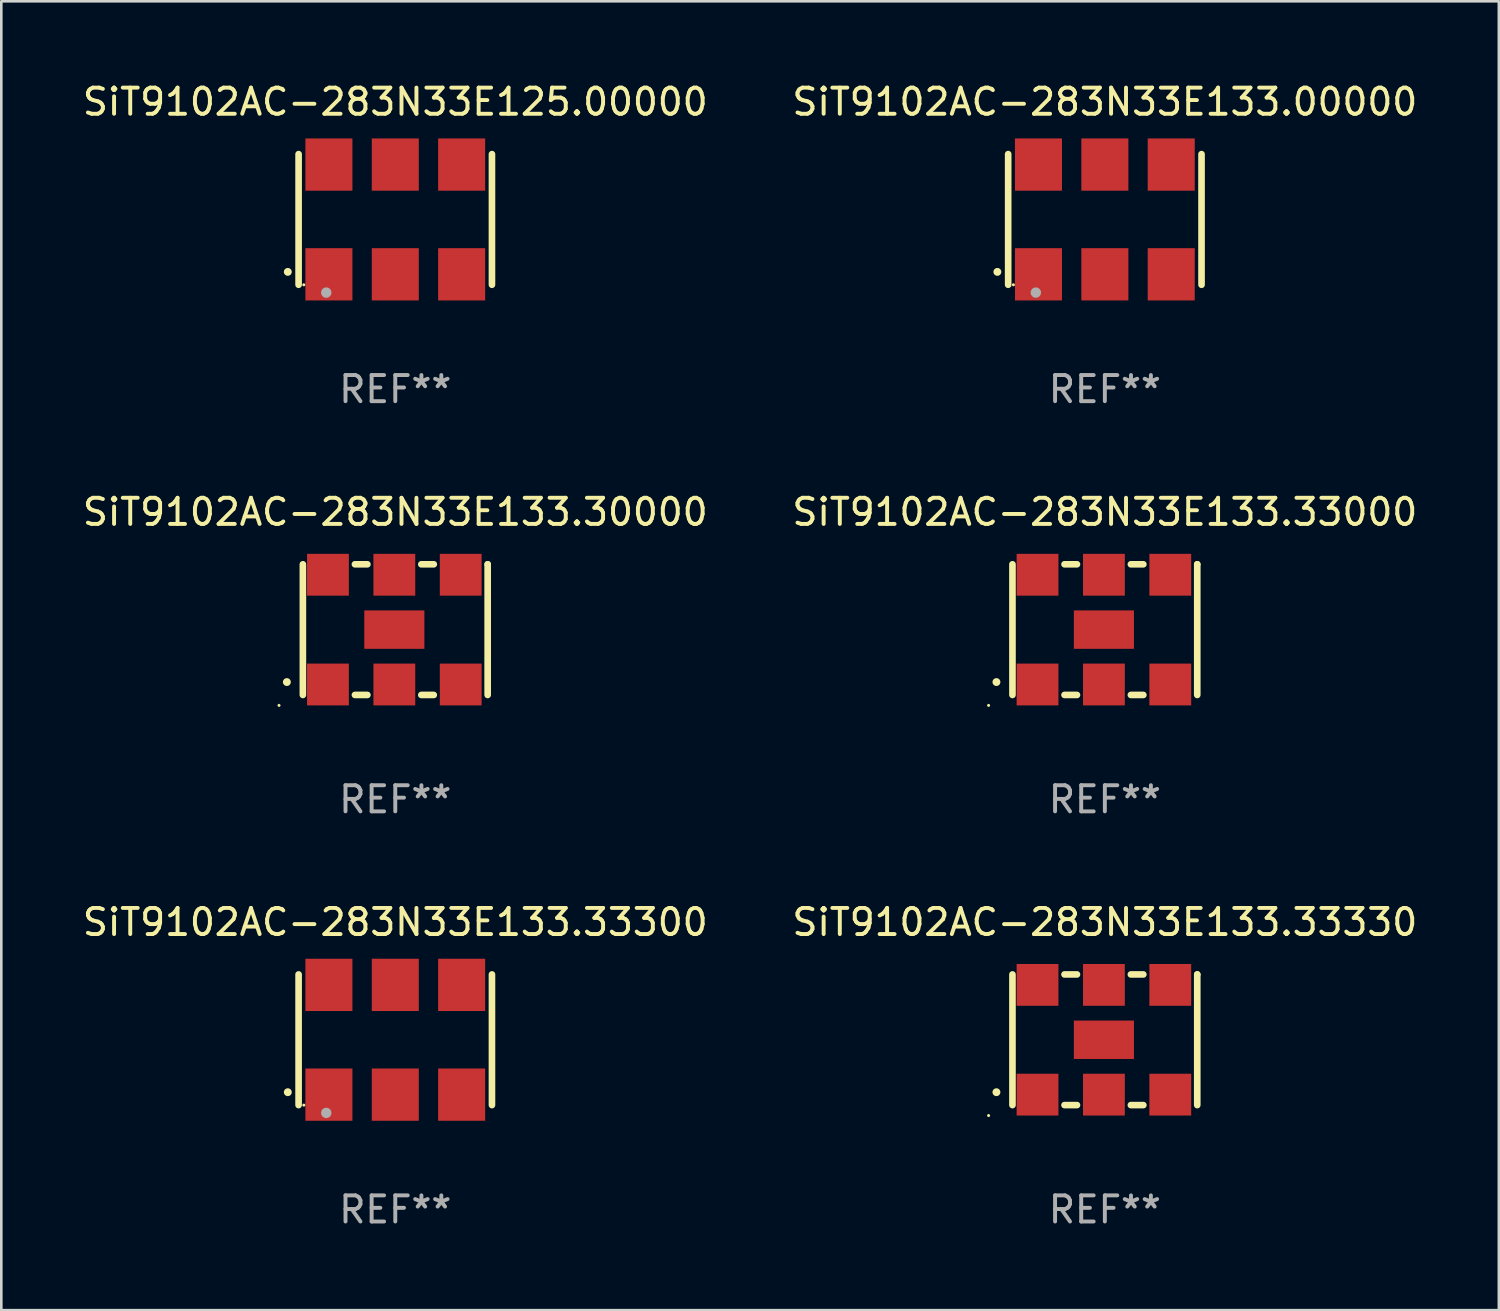
<source format=kicad_pcb>
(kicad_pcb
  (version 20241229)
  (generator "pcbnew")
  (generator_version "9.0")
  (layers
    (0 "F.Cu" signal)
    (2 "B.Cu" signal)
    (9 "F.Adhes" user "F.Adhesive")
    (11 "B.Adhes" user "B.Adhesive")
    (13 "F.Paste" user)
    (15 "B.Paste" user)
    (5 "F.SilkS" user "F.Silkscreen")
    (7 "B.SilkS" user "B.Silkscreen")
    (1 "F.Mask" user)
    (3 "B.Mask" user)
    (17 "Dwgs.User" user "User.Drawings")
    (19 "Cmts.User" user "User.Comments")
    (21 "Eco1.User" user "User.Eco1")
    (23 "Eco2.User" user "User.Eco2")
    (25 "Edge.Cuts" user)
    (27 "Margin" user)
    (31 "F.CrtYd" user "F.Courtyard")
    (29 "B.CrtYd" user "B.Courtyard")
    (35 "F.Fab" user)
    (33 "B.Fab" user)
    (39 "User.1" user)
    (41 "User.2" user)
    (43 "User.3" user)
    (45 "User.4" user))
  (footprint "SiT9102AC-283N33E133.33000"
    (layer "F.Cu")
    (at 39.232 21.045)
    (property "Reference" "SiT9102AC-283N33E133.33000" (at 0 -4.5 0) (layer "F.SilkS") (effects (font (size 1 1) (thickness 0.15))))
    (attr through_hole)
    (fp_line (start -3.536 -2.5) (end -3.536 2.5) (stroke (width 0.254) (type solid)) (layer "F.SilkS"))
    (fp_line (start -1.544 2.5) (end -1.067 2.5) (stroke (width 0.254) (type solid)) (layer "F.SilkS"))
    (fp_line (start -1.067 -2.5) (end -1.544 -2.5) (stroke (width 0.254) (type solid)) (layer "F.SilkS"))
    (fp_line (start 0.996 2.5) (end 1.473 2.5) (stroke (width 0.254) (type solid)) (layer "F.SilkS"))
    (fp_line (start 1.473 -2.5) (end 0.996 -2.5) (stroke (width 0.254) (type solid)) (layer "F.SilkS"))
    (fp_line (start 3.536 -2.5) (end 3.536 -2.5) (stroke (width 0.254) (type solid)) (layer "F.SilkS"))
    (fp_line (start 3.536 2.5) (end 3.536 -2.5) (stroke (width 0.254) (type solid)) (layer "F.SilkS"))
    (fp_arc (start -4.150432 2.006604) (mid -4.149162 2.006599) (end -4.147892 2.006604) (stroke (width 0.3) (type solid)) (layer "F.SilkS"))
    (fp_circle (center -4.449 2.9) (end -4.419 2.9) (stroke (width 0.06) (type solid)) (fill no) (layer "F.SilkS"))
    (fp_text user "REF**" (at 0 6.5 0) (layer "F.Fab") (effects (font (size 1 1) (thickness 0.15))))
    (pad "1" smd rect (at -2.576 2.1) (size 1.6 1.6) (layers "F.Cu" "F.Mask" "F.Paste"))
    (pad "2" smd rect (at -0.036 2.1) (size 1.6 1.6) (layers "F.Cu" "F.Mask" "F.Paste"))
    (pad "3" smd rect (at 2.504 2.1) (size 1.6 1.6) (layers "F.Cu" "F.Mask" "F.Paste"))
    (pad "4" smd rect (at 2.504 -2.1) (size 1.6 1.6) (layers "F.Cu" "F.Mask" "F.Paste"))
    (pad "5" smd rect (at -0.036 -2.1) (size 1.6 1.6) (layers "F.Cu" "F.Mask" "F.Paste"))
    (pad "6" smd rect (at -2.576 -2.1) (size 1.6 1.6) (layers "F.Cu" "F.Mask" "F.Paste"))
    (pad "7" smd rect (at -0.036 0) (size 2.3 1.47) (layers "F.Cu" "F.Mask" "F.Paste")))
  (footprint "SiT9102AC-283N33E125.00000"
    (layer "F.Cu")
    (at 12.077 5.348)
    (property "Reference" "SiT9102AC-283N33E125.00000" (at 0 -4.5 0) (layer "F.SilkS") (effects (font (size 1 1) (thickness 0.15))))
    (attr through_hole)
    (fp_line (start -3.7 -2.5) (end -3.7 2.5) (stroke (width 0.254) (type solid)) (layer "F.SilkS"))
    (fp_line (start 3.7 -2.5) (end 3.7 2.5) (stroke (width 0.254) (type solid)) (layer "F.SilkS"))
    (fp_arc (start -4.114415 2.006604) (mid -4.113145 2.006599) (end -4.111875 2.006604) (stroke (width 0.3) (type solid)) (layer "F.SilkS"))
    (fp_circle (center -3.5 2.501) (end -3.47 2.501) (stroke (width 0.06) (type solid)) (fill no) (layer "F.SilkS"))
    (fp_circle (center -2.641 2.799) (end -2.541 2.799) (stroke (width 0.2) (type solid)) (fill no) (layer "F.Fab"))
    (fp_text user "REF**" (at 0 6.5 0) (layer "F.Fab") (effects (font (size 1 1) (thickness 0.15))))
    (pad "1" smd rect (at -2.54 2.1) (size 1.8 2) (layers "F.Cu" "F.Mask" "F.Paste"))
    (pad "2" smd rect (at 0.000394 2.1) (size 1.8 2) (layers "F.Cu" "F.Mask" "F.Paste"))
    (pad "3" smd rect (at 2.54 2.1) (size 1.8 2) (layers "F.Cu" "F.Mask" "F.Paste"))
    (pad "4" smd rect (at 2.54 -2.1) (size 1.8 2) (layers "F.Cu" "F.Mask" "F.Paste"))
    (pad "5" smd rect (at 0.000394 -2.1) (size 1.8 2) (layers "F.Cu" "F.Mask" "F.Paste"))
    (pad "6" smd rect (at -2.54 -2.1) (size 1.8 2) (layers "F.Cu" "F.Mask" "F.Paste")))
  (footprint "SiT9102AC-283N33E133.00000"
    (layer "F.Cu")
    (at 39.232 5.348)
    (property "Reference" "SiT9102AC-283N33E133.00000" (at 0 -4.5 0) (layer "F.SilkS") (effects (font (size 1 1) (thickness 0.15))))
    (attr through_hole)
    (fp_line (start -3.7 -2.5) (end -3.7 2.5) (stroke (width 0.254) (type solid)) (layer "F.SilkS"))
    (fp_line (start 3.7 -2.5) (end 3.7 2.5) (stroke (width 0.254) (type solid)) (layer "F.SilkS"))
    (fp_arc (start -4.114415 2.006604) (mid -4.113145 2.006599) (end -4.111875 2.006604) (stroke (width 0.3) (type solid)) (layer "F.SilkS"))
    (fp_circle (center -3.5 2.501) (end -3.47 2.501) (stroke (width 0.06) (type solid)) (fill no) (layer "F.SilkS"))
    (fp_circle (center -2.641 2.799) (end -2.541 2.799) (stroke (width 0.2) (type solid)) (fill no) (layer "F.Fab"))
    (fp_text user "REF**" (at 0 6.5 0) (layer "F.Fab") (effects (font (size 1 1) (thickness 0.15))))
    (pad "1" smd rect (at -2.54 2.1) (size 1.8 2) (layers "F.Cu" "F.Mask" "F.Paste"))
    (pad "2" smd rect (at 0.000394 2.1) (size 1.8 2) (layers "F.Cu" "F.Mask" "F.Paste"))
    (pad "3" smd rect (at 2.54 2.1) (size 1.8 2) (layers "F.Cu" "F.Mask" "F.Paste"))
    (pad "4" smd rect (at 2.54 -2.1) (size 1.8 2) (layers "F.Cu" "F.Mask" "F.Paste"))
    (pad "5" smd rect (at 0.000394 -2.1) (size 1.8 2) (layers "F.Cu" "F.Mask" "F.Paste"))
    (pad "6" smd rect (at -2.54 -2.1) (size 1.8 2) (layers "F.Cu" "F.Mask" "F.Paste")))
  (footprint "SiT9102AC-283N33E133.30000"
    (layer "F.Cu")
    (at 12.077 21.045)
    (property "Reference" "SiT9102AC-283N33E133.30000" (at 0 -4.5 0) (layer "F.SilkS") (effects (font (size 1 1) (thickness 0.15))))
    (attr through_hole)
    (fp_line (start -3.536 -2.5) (end -3.536 2.5) (stroke (width 0.254) (type solid)) (layer "F.SilkS"))
    (fp_line (start -1.544 2.5) (end -1.067 2.5) (stroke (width 0.254) (type solid)) (layer "F.SilkS"))
    (fp_line (start -1.067 -2.5) (end -1.544 -2.5) (stroke (width 0.254) (type solid)) (layer "F.SilkS"))
    (fp_line (start 0.996 2.5) (end 1.473 2.5) (stroke (width 0.254) (type solid)) (layer "F.SilkS"))
    (fp_line (start 1.473 -2.5) (end 0.996 -2.5) (stroke (width 0.254) (type solid)) (layer "F.SilkS"))
    (fp_line (start 3.536 -2.5) (end 3.536 -2.5) (stroke (width 0.254) (type solid)) (layer "F.SilkS"))
    (fp_line (start 3.536 2.5) (end 3.536 -2.5) (stroke (width 0.254) (type solid)) (layer "F.SilkS"))
    (fp_arc (start -4.150432 2.006604) (mid -4.149162 2.006599) (end -4.147892 2.006604) (stroke (width 0.3) (type solid)) (layer "F.SilkS"))
    (fp_circle (center -4.449 2.9) (end -4.419 2.9) (stroke (width 0.06) (type solid)) (fill no) (layer "F.SilkS"))
    (fp_text user "REF**" (at 0 6.5 0) (layer "F.Fab") (effects (font (size 1 1) (thickness 0.15))))
    (pad "1" smd rect (at -2.576 2.1) (size 1.6 1.6) (layers "F.Cu" "F.Mask" "F.Paste"))
    (pad "2" smd rect (at -0.036 2.1) (size 1.6 1.6) (layers "F.Cu" "F.Mask" "F.Paste"))
    (pad "3" smd rect (at 2.504 2.1) (size 1.6 1.6) (layers "F.Cu" "F.Mask" "F.Paste"))
    (pad "4" smd rect (at 2.504 -2.1) (size 1.6 1.6) (layers "F.Cu" "F.Mask" "F.Paste"))
    (pad "5" smd rect (at -0.036 -2.1) (size 1.6 1.6) (layers "F.Cu" "F.Mask" "F.Paste"))
    (pad "6" smd rect (at -2.576 -2.1) (size 1.6 1.6) (layers "F.Cu" "F.Mask" "F.Paste"))
    (pad "7" smd rect (at -0.036 0) (size 2.3 1.47) (layers "F.Cu" "F.Mask" "F.Paste")))
  (footprint "SiT9102AC-283N33E133.33300"
    (layer "F.Cu")
    (at 12.077 36.741)
    (property "Reference" "SiT9102AC-283N33E133.33300" (at 0 -4.5 0) (layer "F.SilkS") (effects (font (size 1 1) (thickness 0.15))))
    (attr through_hole)
    (fp_line (start -3.7 -2.5) (end -3.7 2.5) (stroke (width 0.254) (type solid)) (layer "F.SilkS"))
    (fp_line (start 3.7 -2.5) (end 3.7 2.5) (stroke (width 0.254) (type solid)) (layer "F.SilkS"))
    (fp_arc (start -4.114415 2.006604) (mid -4.113145 2.006599) (end -4.111875 2.006604) (stroke (width 0.3) (type solid)) (layer "F.SilkS"))
    (fp_circle (center -3.5 2.501) (end -3.47 2.501) (stroke (width 0.06) (type solid)) (fill no) (layer "F.SilkS"))
    (fp_circle (center -2.641 2.799) (end -2.541 2.799) (stroke (width 0.2) (type solid)) (fill no) (layer "F.Fab"))
    (fp_text user "REF**" (at 0 6.5 0) (layer "F.Fab") (effects (font (size 1 1) (thickness 0.15))))
    (pad "1" smd rect (at -2.54 2.1) (size 1.8 2) (layers "F.Cu" "F.Mask" "F.Paste"))
    (pad "2" smd rect (at 0.000394 2.1) (size 1.8 2) (layers "F.Cu" "F.Mask" "F.Paste"))
    (pad "3" smd rect (at 2.54 2.1) (size 1.8 2) (layers "F.Cu" "F.Mask" "F.Paste"))
    (pad "4" smd rect (at 2.54 -2.1) (size 1.8 2) (layers "F.Cu" "F.Mask" "F.Paste"))
    (pad "5" smd rect (at 0.000394 -2.1) (size 1.8 2) (layers "F.Cu" "F.Mask" "F.Paste"))
    (pad "6" smd rect (at -2.54 -2.1) (size 1.8 2) (layers "F.Cu" "F.Mask" "F.Paste")))
  (footprint "SiT9102AC-283N33E133.33330"
    (layer "F.Cu")
    (at 39.232 36.741)
    (property "Reference" "SiT9102AC-283N33E133.33330" (at 0 -4.5 0) (layer "F.SilkS") (effects (font (size 1 1) (thickness 0.15))))
    (attr through_hole)
    (fp_line (start -3.536 -2.5) (end -3.536 2.5) (stroke (width 0.254) (type solid)) (layer "F.SilkS"))
    (fp_line (start -1.544 2.5) (end -1.067 2.5) (stroke (width 0.254) (type solid)) (layer "F.SilkS"))
    (fp_line (start -1.067 -2.5) (end -1.544 -2.5) (stroke (width 0.254) (type solid)) (layer "F.SilkS"))
    (fp_line (start 0.996 2.5) (end 1.473 2.5) (stroke (width 0.254) (type solid)) (layer "F.SilkS"))
    (fp_line (start 1.473 -2.5) (end 0.996 -2.5) (stroke (width 0.254) (type solid)) (layer "F.SilkS"))
    (fp_line (start 3.536 -2.5) (end 3.536 -2.5) (stroke (width 0.254) (type solid)) (layer "F.SilkS"))
    (fp_line (start 3.536 2.5) (end 3.536 -2.5) (stroke (width 0.254) (type solid)) (layer "F.SilkS"))
    (fp_arc (start -4.150432 2.006604) (mid -4.149162 2.006599) (end -4.147892 2.006604) (stroke (width 0.3) (type solid)) (layer "F.SilkS"))
    (fp_circle (center -4.449 2.9) (end -4.419 2.9) (stroke (width 0.06) (type solid)) (fill no) (layer "F.SilkS"))
    (fp_text user "REF**" (at 0 6.5 0) (layer "F.Fab") (effects (font (size 1 1) (thickness 0.15))))
    (pad "1" smd rect (at -2.576 2.1) (size 1.6 1.6) (layers "F.Cu" "F.Mask" "F.Paste"))
    (pad "2" smd rect (at -0.036 2.1) (size 1.6 1.6) (layers "F.Cu" "F.Mask" "F.Paste"))
    (pad "3" smd rect (at 2.504 2.1) (size 1.6 1.6) (layers "F.Cu" "F.Mask" "F.Paste"))
    (pad "4" smd rect (at 2.504 -2.1) (size 1.6 1.6) (layers "F.Cu" "F.Mask" "F.Paste"))
    (pad "5" smd rect (at -0.036 -2.1) (size 1.6 1.6) (layers "F.Cu" "F.Mask" "F.Paste"))
    (pad "6" smd rect (at -2.576 -2.1) (size 1.6 1.6) (layers "F.Cu" "F.Mask" "F.Paste"))
    (pad "7" smd rect (at -0.036 0) (size 2.3 1.47) (layers "F.Cu" "F.Mask" "F.Paste")))
  (gr_rect
    (start -3 -3)
    (end 54.31 47.09)
    (stroke (width 0.1) (type default))
    (fill no)
    (layer "Edge.Cuts")))
</source>
